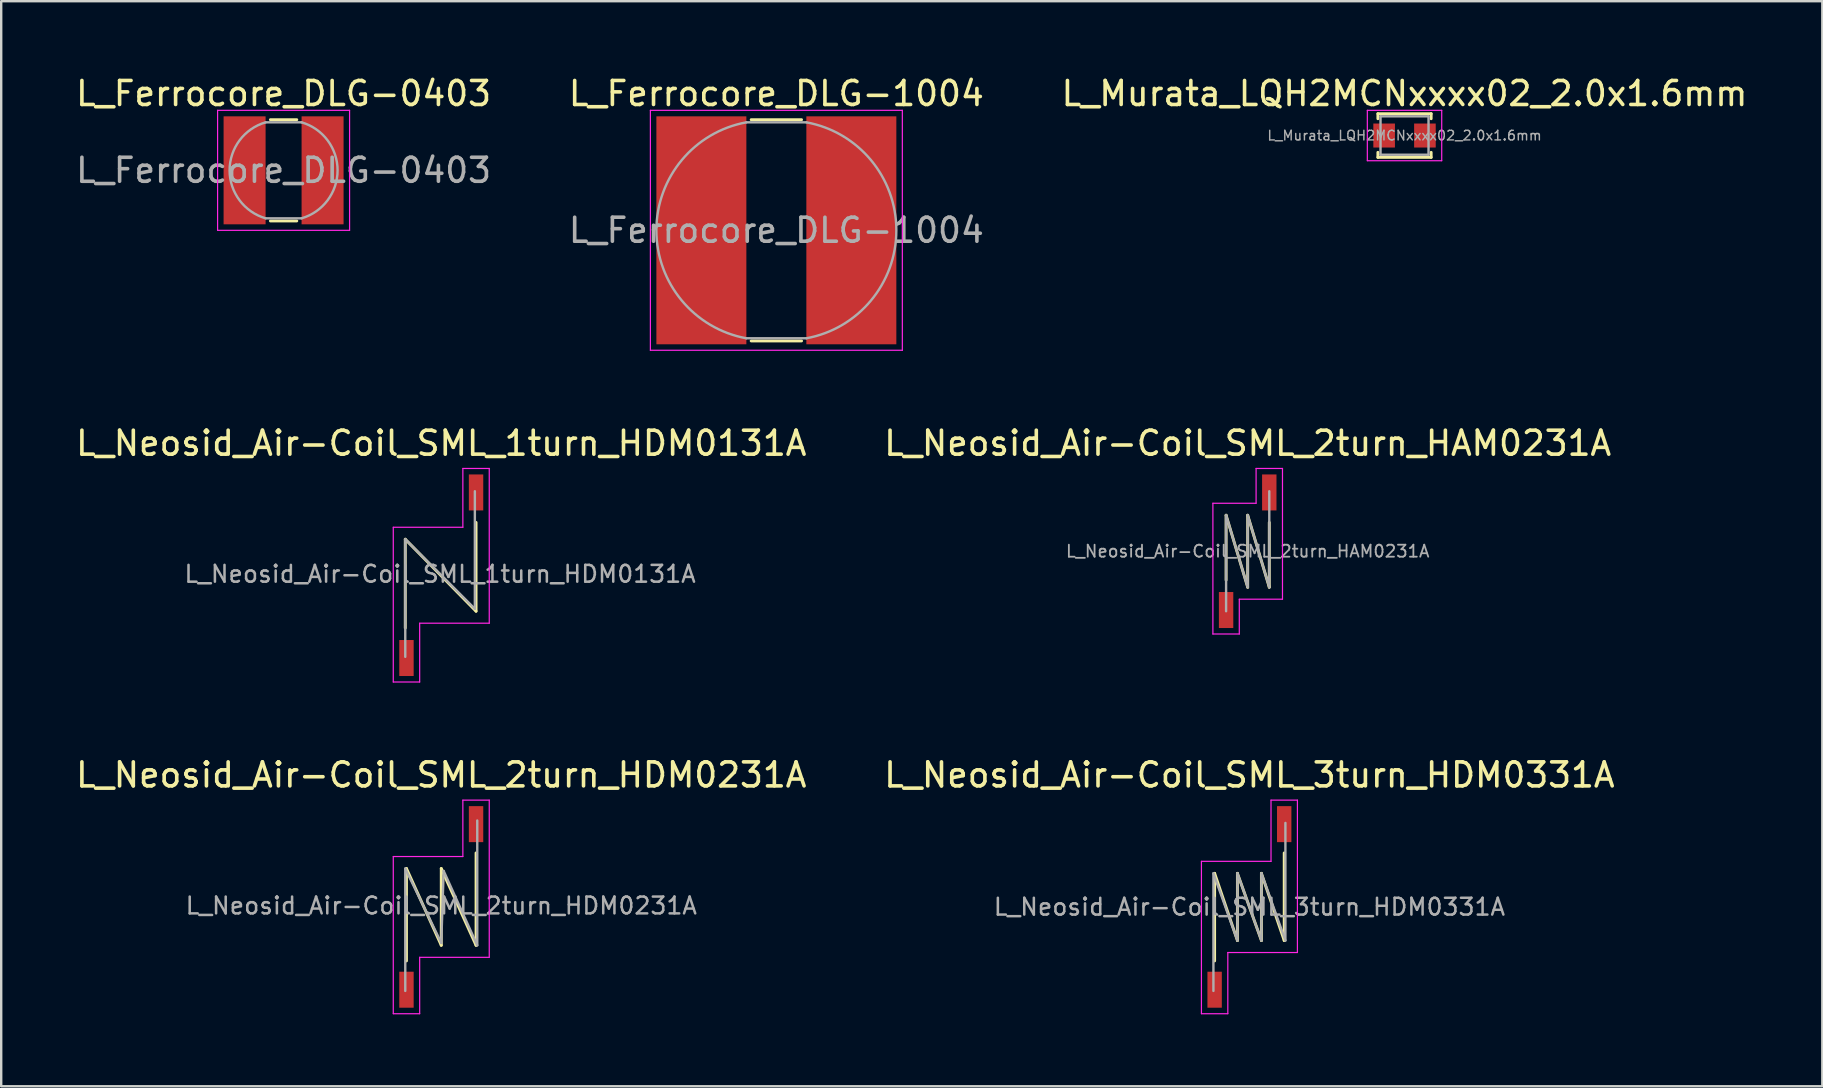
<source format=kicad_pcb>
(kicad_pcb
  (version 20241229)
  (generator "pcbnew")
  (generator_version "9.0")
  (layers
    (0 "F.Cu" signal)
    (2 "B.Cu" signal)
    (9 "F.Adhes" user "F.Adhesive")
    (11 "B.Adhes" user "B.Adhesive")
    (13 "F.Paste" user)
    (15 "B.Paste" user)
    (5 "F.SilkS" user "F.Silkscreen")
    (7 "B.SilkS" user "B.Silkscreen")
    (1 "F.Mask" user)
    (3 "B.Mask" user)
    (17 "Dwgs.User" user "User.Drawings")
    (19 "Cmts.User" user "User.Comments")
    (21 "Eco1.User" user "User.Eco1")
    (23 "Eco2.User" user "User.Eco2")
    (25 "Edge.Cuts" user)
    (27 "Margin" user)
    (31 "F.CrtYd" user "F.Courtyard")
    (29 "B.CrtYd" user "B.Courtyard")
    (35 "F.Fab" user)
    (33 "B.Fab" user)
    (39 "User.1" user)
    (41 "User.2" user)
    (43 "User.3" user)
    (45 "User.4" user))
  (footprint "L_Murata_LQH2MCNxxxx02_2.0x1.6mm"
    (layer "F.Cu")
    (at 55.482 2.598)
    (property "Reference" "L_Murata_LQH2MCNxxxx02_2.0x1.6mm" (at 0 -1.75 0) (layer "F.SilkS") (effects (font (size 1 1) (thickness 0.15))))
    (attr smd)
    (fp_line (start -1.11 -0.91) (end 1.11 -0.91) (stroke (width 0.12) (type solid)) (layer "F.SilkS"))
    (fp_line (start -1.11 -0.7) (end -1.11 -0.91) (stroke (width 0.12) (type solid)) (layer "F.SilkS"))
    (fp_line (start -1.11 0.91) (end -1.11 0.7) (stroke (width 0.12) (type solid)) (layer "F.SilkS"))
    (fp_line (start 1.11 -0.7) (end 1.11 -0.91) (stroke (width 0.12) (type solid)) (layer "F.SilkS"))
    (fp_line (start 1.11 0.7) (end 1.11 0.91) (stroke (width 0.12) (type solid)) (layer "F.SilkS"))
    (fp_line (start 1.11 0.91) (end -1.11 0.91) (stroke (width 0.12) (type solid)) (layer "F.SilkS"))
    (fp_line (start -1.55 -1.05) (end 1.55 -1.05) (stroke (width 0.05) (type solid)) (layer "F.CrtYd"))
    (fp_line (start -1.55 1.05) (end -1.55 -1.05) (stroke (width 0.05) (type solid)) (layer "F.CrtYd"))
    (fp_line (start 1.55 -1.05) (end 1.55 1.05) (stroke (width 0.05) (type solid)) (layer "F.CrtYd"))
    (fp_line (start 1.55 1.05) (end -1.55 1.05) (stroke (width 0.05) (type solid)) (layer "F.CrtYd"))
    (fp_line (start -1 -0.8) (end 1 -0.8) (stroke (width 0.1) (type solid)) (layer "F.Fab"))
    (fp_line (start -1 0.8) (end -1 -0.8) (stroke (width 0.1) (type solid)) (layer "F.Fab"))
    (fp_line (start 1 -0.8) (end 1 0.8) (stroke (width 0.1) (type solid)) (layer "F.Fab"))
    (fp_line (start 1 0.8) (end -1 0.8) (stroke (width 0.1) (type solid)) (layer "F.Fab"))
    (fp_text user "${REFERENCE}" (at 0 0 0) (layer "F.Fab") (effects (font (size 0.4 0.4) (thickness 0.06))))
    (pad "1" smd rect (at -0.85 0) (size 0.9 1) (layers "F.Cu" "F.Mask" "F.Paste"))
    (pad "2" smd rect (at 0.85 0) (size 0.9 1) (layers "F.Cu" "F.Mask" "F.Paste")))
  (footprint "L_Neosid_Air-Coil_SML_2turn_HDM0231A"
    (layer "F.Cu")
    (at 15.339 34.745)
    (property "Reference" "L_Neosid_Air-Coil_SML_2turn_HDM0231A" (at 0 -5.5 0) (layer "F.SilkS") (effects (font (size 1 1) (thickness 0.15))))
    (attr smd)
    (fp_line (start -1.45 -1.6) (end -1.45 2.25) (stroke (width 0.12) (type solid)) (layer "F.SilkS"))
    (fp_line (start -1.45 -1.6) (end 0 1.6) (stroke (width 0.12) (type solid)) (layer "F.SilkS"))
    (fp_line (start 0 -1.6) (end 0 1.6) (stroke (width 0.12) (type solid)) (layer "F.SilkS"))
    (fp_line (start 0 -1.6) (end 1.45 1.6) (stroke (width 0.12) (type solid)) (layer "F.SilkS"))
    (fp_line (start 1.45 1.6) (end 1.45 -2.25) (stroke (width 0.12) (type solid)) (layer "F.SilkS"))
    (fp_line (start -2 -2.1) (end -2 4.45) (stroke (width 0.05) (type solid)) (layer "F.CrtYd"))
    (fp_line (start -2 4.45) (end -0.9 4.45) (stroke (width 0.05) (type solid)) (layer "F.CrtYd"))
    (fp_line (start -0.9 2.1) (end 2 2.1) (stroke (width 0.05) (type solid)) (layer "F.CrtYd"))
    (fp_line (start -0.9 4.45) (end -0.9 2.1) (stroke (width 0.05) (type solid)) (layer "F.CrtYd"))
    (fp_line (start 0.9 -4.45) (end 0.9 -2.1) (stroke (width 0.05) (type solid)) (layer "F.CrtYd"))
    (fp_line (start 0.9 -2.1) (end -2 -2.1) (stroke (width 0.05) (type solid)) (layer "F.CrtYd"))
    (fp_line (start 2 -4.45) (end 0.9 -4.45) (stroke (width 0.05) (type solid)) (layer "F.CrtYd"))
    (fp_line (start 2 2.1) (end 2 -4.45) (stroke (width 0.05) (type solid)) (layer "F.CrtYd"))
    (fp_line (start -1.5 -1.6) (end 0 1.5) (stroke (width 0.1) (type solid)) (layer "F.Fab"))
    (fp_line (start -1.5 3.5) (end -1.5 -1.6) (stroke (width 0.1) (type solid)) (layer "F.Fab"))
    (fp_line (start 0 1.5) (end 0.1 -1.5) (stroke (width 0.1) (type solid)) (layer "F.Fab"))
    (fp_line (start 0.1 -1.5) (end 1.5 1.6) (stroke (width 0.1) (type solid)) (layer "F.Fab"))
    (fp_line (start 1.5 1.6) (end 1.5 -3.6) (stroke (width 0.1) (type solid)) (layer "F.Fab"))
    (fp_text user "${REFERENCE}" (at 0 -0.05 0) (layer "F.Fab") (effects (font (size 0.7 0.7) (thickness 0.105))))
    (pad "1" smd rect (at -1.45 3.45) (size 0.6 1.5) (layers "F.Cu" "F.Mask" "F.Paste"))
    (pad "2" smd rect (at 1.45 -3.45) (size 0.6 1.5) (layers "F.Cu" "F.Mask" "F.Paste")))
  (footprint "L_Neosid_Air-Coil_SML_2turn_HAM0231A"
    (layer "F.Cu")
    (at 48.946 19.922)
    (property "Reference" "L_Neosid_Air-Coil_SML_2turn_HAM0231A" (at 0 -4.5 0) (layer "F.SilkS") (effects (font (size 1 1) (thickness 0.15))))
    (attr smd)
    (fp_line (start -0.9 -1.5) (end 0 1.5) (stroke (width 0.12) (type solid)) (layer "F.SilkS"))
    (fp_line (start -0.9 1.2) (end -0.9 -1.5) (stroke (width 0.12) (type solid)) (layer "F.SilkS"))
    (fp_line (start 0 -1.5) (end 0.9 1.5) (stroke (width 0.12) (type solid)) (layer "F.SilkS"))
    (fp_line (start 0 1.5) (end 0 -1.5) (stroke (width 0.12) (type solid)) (layer "F.SilkS"))
    (fp_line (start 0.9 -1.2) (end 0.9 1.5) (stroke (width 0.12) (type solid)) (layer "F.SilkS"))
    (fp_line (start -1.45 -2) (end -1.45 3.45) (stroke (width 0.05) (type solid)) (layer "F.CrtYd"))
    (fp_line (start -1.45 3.45) (end -0.35 3.45) (stroke (width 0.05) (type solid)) (layer "F.CrtYd"))
    (fp_line (start -0.35 2) (end 1.45 2) (stroke (width 0.05) (type solid)) (layer "F.CrtYd"))
    (fp_line (start -0.35 3.45) (end -0.35 2) (stroke (width 0.05) (type solid)) (layer "F.CrtYd"))
    (fp_line (start 0.35 -3.45) (end 0.35 -2) (stroke (width 0.05) (type solid)) (layer "F.CrtYd"))
    (fp_line (start 0.35 -2) (end -1.45 -2) (stroke (width 0.05) (type solid)) (layer "F.CrtYd"))
    (fp_line (start 1.45 -3.45) (end 0.35 -3.45) (stroke (width 0.05) (type solid)) (layer "F.CrtYd"))
    (fp_line (start 1.45 2) (end 1.45 -3.45) (stroke (width 0.05) (type solid)) (layer "F.CrtYd"))
    (fp_line (start -0.9 -1.5) (end 0 1.5) (stroke (width 0.1) (type solid)) (layer "F.Fab"))
    (fp_line (start -0.9 2.5) (end -0.9 -1.5) (stroke (width 0.1) (type solid)) (layer "F.Fab"))
    (fp_line (start 0 -1.5) (end 0.9 1.5) (stroke (width 0.1) (type solid)) (layer "F.Fab"))
    (fp_line (start 0 1.5) (end 0 -1.5) (stroke (width 0.1) (type solid)) (layer "F.Fab"))
    (fp_line (start 0.9 1.5) (end 0.9 -2.5) (stroke (width 0.1) (type solid)) (layer "F.Fab"))
    (fp_text user "${REFERENCE}" (at 0 0 0) (layer "F.Fab") (effects (font (size 0.5 0.5) (thickness 0.075))))
    (pad "1" smd rect (at -0.9 2.45) (size 0.6 1.5) (layers "F.Cu" "F.Mask" "F.Paste"))
    (pad "2" smd rect (at 0.9 -2.45) (size 0.6 1.5) (layers "F.Cu" "F.Mask" "F.Paste")))
  (footprint "L_Neosid_Air-Coil_SML_3turn_HDM0331A"
    (layer "F.Cu")
    (at 49.018 34.745)
    (property "Reference" "L_Neosid_Air-Coil_SML_3turn_HDM0331A" (at 0 -5.5 0) (layer "F.SilkS") (effects (font (size 1 1) (thickness 0.15))))
    (attr smd)
    (fp_line (start -1.45 -1.4) (end -1.45 2.25) (stroke (width 0.12) (type solid)) (layer "F.SilkS"))
    (fp_line (start -1.45 -1.4) (end -0.5 1.4) (stroke (width 0.12) (type solid)) (layer "F.SilkS"))
    (fp_line (start -0.5 -1.4) (end -0.5 1.4) (stroke (width 0.12) (type solid)) (layer "F.SilkS"))
    (fp_line (start -0.5 -1.4) (end 0.5 1.4) (stroke (width 0.12) (type solid)) (layer "F.SilkS"))
    (fp_line (start 0.5 -1.4) (end 0.5 1.4) (stroke (width 0.12) (type solid)) (layer "F.SilkS"))
    (fp_line (start 0.5 -1.4) (end 1.45 1.4) (stroke (width 0.12) (type solid)) (layer "F.SilkS"))
    (fp_line (start 1.45 1.4) (end 1.45 -2.25) (stroke (width 0.12) (type solid)) (layer "F.SilkS"))
    (fp_line (start -2 -1.9) (end -2 4.45) (stroke (width 0.05) (type solid)) (layer "F.CrtYd"))
    (fp_line (start -2 4.45) (end -0.9 4.45) (stroke (width 0.05) (type solid)) (layer "F.CrtYd"))
    (fp_line (start -0.9 1.9) (end 2 1.9) (stroke (width 0.05) (type solid)) (layer "F.CrtYd"))
    (fp_line (start -0.9 4.45) (end -0.9 1.9) (stroke (width 0.05) (type solid)) (layer "F.CrtYd"))
    (fp_line (start 0.9 -4.45) (end 0.9 -1.9) (stroke (width 0.05) (type solid)) (layer "F.CrtYd"))
    (fp_line (start 0.9 -1.9) (end -2 -1.9) (stroke (width 0.05) (type solid)) (layer "F.CrtYd"))
    (fp_line (start 2 -4.45) (end 0.9 -4.45) (stroke (width 0.05) (type solid)) (layer "F.CrtYd"))
    (fp_line (start 2 1.9) (end 2 -4.45) (stroke (width 0.05) (type solid)) (layer "F.CrtYd"))
    (fp_line (start -1.5 -1.4) (end -0.5 1.4) (stroke (width 0.1) (type solid)) (layer "F.Fab"))
    (fp_line (start -1.5 3.5) (end -1.5 -1.4) (stroke (width 0.1) (type solid)) (layer "F.Fab"))
    (fp_line (start -0.5 -1.4) (end 0.5 1.4) (stroke (width 0.1) (type solid)) (layer "F.Fab"))
    (fp_line (start -0.5 1.4) (end -0.5 -1.4) (stroke (width 0.1) (type solid)) (layer "F.Fab"))
    (fp_line (start 0.5 -1.4) (end 1.5 1.4) (stroke (width 0.1) (type solid)) (layer "F.Fab"))
    (fp_line (start 0.5 1.4) (end 0.5 -1.4) (stroke (width 0.1) (type solid)) (layer "F.Fab"))
    (fp_line (start 1.5 1.4) (end 1.5 -3.5) (stroke (width 0.1) (type solid)) (layer "F.Fab"))
    (fp_text user "${REFERENCE}" (at 0 0 0) (layer "F.Fab") (effects (font (size 0.7 0.7) (thickness 0.105))))
    (pad "1" smd rect (at -1.45 3.45) (size 0.6 1.5) (layers "F.Cu" "F.Mask" "F.Paste"))
    (pad "2" smd rect (at 1.45 -3.45) (size 0.6 1.5) (layers "F.Cu" "F.Mask" "F.Paste")))
  (footprint "L_Ferrocore_DLG-1004"
    (layer "F.Cu")
    (at 29.304 6.548)
    (property "Reference" "L_Ferrocore_DLG-1004" (at 0 -5.7 0) (layer "F.SilkS") (effects (font (size 1 1) (thickness 0.15))))
    (attr smd)
    (fp_line (start -1.05 -4.61) (end 1.05 -4.61) (stroke (width 0.12) (type solid)) (layer "F.SilkS"))
    (fp_line (start -1.05 4.61) (end 1.05 4.61) (stroke (width 0.12) (type solid)) (layer "F.SilkS"))
    (fp_line (start -5.25 -5) (end -5.25 5) (stroke (width 0.05) (type solid)) (layer "F.CrtYd"))
    (fp_line (start -5.25 5) (end 5.25 5) (stroke (width 0.05) (type solid)) (layer "F.CrtYd"))
    (fp_line (start 5.25 -5) (end -5.25 -5) (stroke (width 0.05) (type solid)) (layer "F.CrtYd"))
    (fp_line (start 5.25 5) (end 5.25 -5) (stroke (width 0.05) (type solid)) (layer "F.CrtYd"))
    (fp_line (start -1.25 -4.5) (end 1.25 -4.5) (stroke (width 0.1) (type solid)) (layer "F.Fab"))
    (fp_line (start -1.25 4.5) (end 1.25 4.5) (stroke (width 0.1) (type solid)) (layer "F.Fab"))
    (fp_arc (start -1.25 4.5) (mid -5 0) (end -1.25 -4.5) (stroke (width 0.1) (type solid)) (layer "F.Fab"))
    (fp_arc (start 1.25 -4.5) (mid 5 0) (end 1.25 4.5) (stroke (width 0.1) (type solid)) (layer "F.Fab"))
    (fp_text user "${REFERENCE}" (at 0 0 0) (layer "F.Fab") (effects (font (size 1 1) (thickness 0.15))))
    (pad "1" smd rect (at -3.125 0) (size 3.75 9.5) (layers "F.Cu" "F.Mask" "F.Paste"))
    (pad "2" smd rect (at 3.125 0) (size 3.75 9.5) (layers "F.Cu" "F.Mask" "F.Paste")))
  (footprint "L_Neosid_Air-Coil_SML_1turn_HDM0131A"
    (layer "F.Cu")
    (at 15.339 20.922)
    (property "Reference" "L_Neosid_Air-Coil_SML_1turn_HDM0131A" (at 0 -5.5 0) (layer "F.SilkS") (effects (font (size 1 1) (thickness 0.15))))
    (attr smd)
    (fp_line (start -1.5 -1.5) (end -1.5 2.2) (stroke (width 0.12) (type solid)) (layer "F.SilkS"))
    (fp_line (start -1.5 -1.5) (end 1.45 1.5) (stroke (width 0.12) (type solid)) (layer "F.SilkS"))
    (fp_line (start 1.45 1.5) (end 1.45 -2.2) (stroke (width 0.12) (type solid)) (layer "F.SilkS"))
    (fp_line (start -2 -2) (end -2 4.45) (stroke (width 0.05) (type solid)) (layer "F.CrtYd"))
    (fp_line (start -2 4.45) (end -0.9 4.45) (stroke (width 0.05) (type solid)) (layer "F.CrtYd"))
    (fp_line (start -0.9 2) (end 2 2) (stroke (width 0.05) (type solid)) (layer "F.CrtYd"))
    (fp_line (start -0.9 4.45) (end -0.9 2) (stroke (width 0.05) (type solid)) (layer "F.CrtYd"))
    (fp_line (start 0.9 -4.45) (end 0.9 -2) (stroke (width 0.05) (type solid)) (layer "F.CrtYd"))
    (fp_line (start 0.9 -2) (end -2 -2) (stroke (width 0.05) (type solid)) (layer "F.CrtYd"))
    (fp_line (start 2 -4.45) (end 0.9 -4.45) (stroke (width 0.05) (type solid)) (layer "F.CrtYd"))
    (fp_line (start 2 2) (end 2 -4.45) (stroke (width 0.05) (type solid)) (layer "F.CrtYd"))
    (fp_line (start -1.5 -1.5) (end 1.4 1.4) (stroke (width 0.1) (type solid)) (layer "F.Fab"))
    (fp_line (start -1.5 3.4) (end -1.5 -1.5) (stroke (width 0.1) (type solid)) (layer "F.Fab"))
    (fp_line (start 1.4 1.4) (end 1.4 -3.5) (stroke (width 0.1) (type solid)) (layer "F.Fab"))
    (fp_text user "${REFERENCE}" (at -0.05 -0.05 0) (layer "F.Fab") (effects (font (size 0.7 0.7) (thickness 0.105))))
    (pad "1" smd rect (at -1.45 3.45) (size 0.6 1.5) (layers "F.Cu" "F.Mask" "F.Paste"))
    (pad "2" smd rect (at 1.45 -3.45) (size 0.6 1.5) (layers "F.Cu" "F.Mask" "F.Paste")))
  (footprint "L_Ferrocore_DLG-0403"
    (layer "F.Cu")
    (at 8.768 4.048)
    (property "Reference" "L_Ferrocore_DLG-0403" (at 0 -3.2 0) (layer "F.SilkS") (effects (font (size 1 1) (thickness 0.15))))
    (attr smd)
    (fp_line (start -0.55 -2.11) (end 0.55 -2.11) (stroke (width 0.12) (type solid)) (layer "F.SilkS"))
    (fp_line (start -0.55 2.11) (end 0.55 2.11) (stroke (width 0.12) (type solid)) (layer "F.SilkS"))
    (fp_line (start -2.75 -2.5) (end -2.75 2.5) (stroke (width 0.05) (type solid)) (layer "F.CrtYd"))
    (fp_line (start -2.75 2.5) (end 2.75 2.5) (stroke (width 0.05) (type solid)) (layer "F.CrtYd"))
    (fp_line (start 2.75 -2.5) (end -2.75 -2.5) (stroke (width 0.05) (type solid)) (layer "F.CrtYd"))
    (fp_line (start 2.75 2.5) (end 2.75 -2.5) (stroke (width 0.05) (type solid)) (layer "F.CrtYd"))
    (fp_line (start -0.75 -2) (end 0.75 -2) (stroke (width 0.1) (type solid)) (layer "F.Fab"))
    (fp_line (start -0.75 2) (end 0.75 2) (stroke (width 0.1) (type solid)) (layer "F.Fab"))
    (fp_arc (start -0.75 2) (mid -2.25 0) (end -0.75 -2) (stroke (width 0.1) (type solid)) (layer "F.Fab"))
    (fp_arc (start 0.75 -2) (mid 2.25 0) (end 0.75 2) (stroke (width 0.1) (type solid)) (layer "F.Fab"))
    (fp_text user "${REFERENCE}" (at 0 0 0) (layer "F.Fab") (effects (font (size 1 1) (thickness 0.15))))
    (pad "1" smd rect (at -1.625 0) (size 1.75 4.5) (layers "F.Cu" "F.Mask" "F.Paste"))
    (pad "2" smd rect (at 1.625 0) (size 1.75 4.5) (layers "F.Cu" "F.Mask" "F.Paste")))
  (gr_rect
    (start -3 -3)
    (end 72.893 42.22)
    (stroke (width 0.1) (type default))
    (fill no)
    (layer "Edge.Cuts")))
</source>
